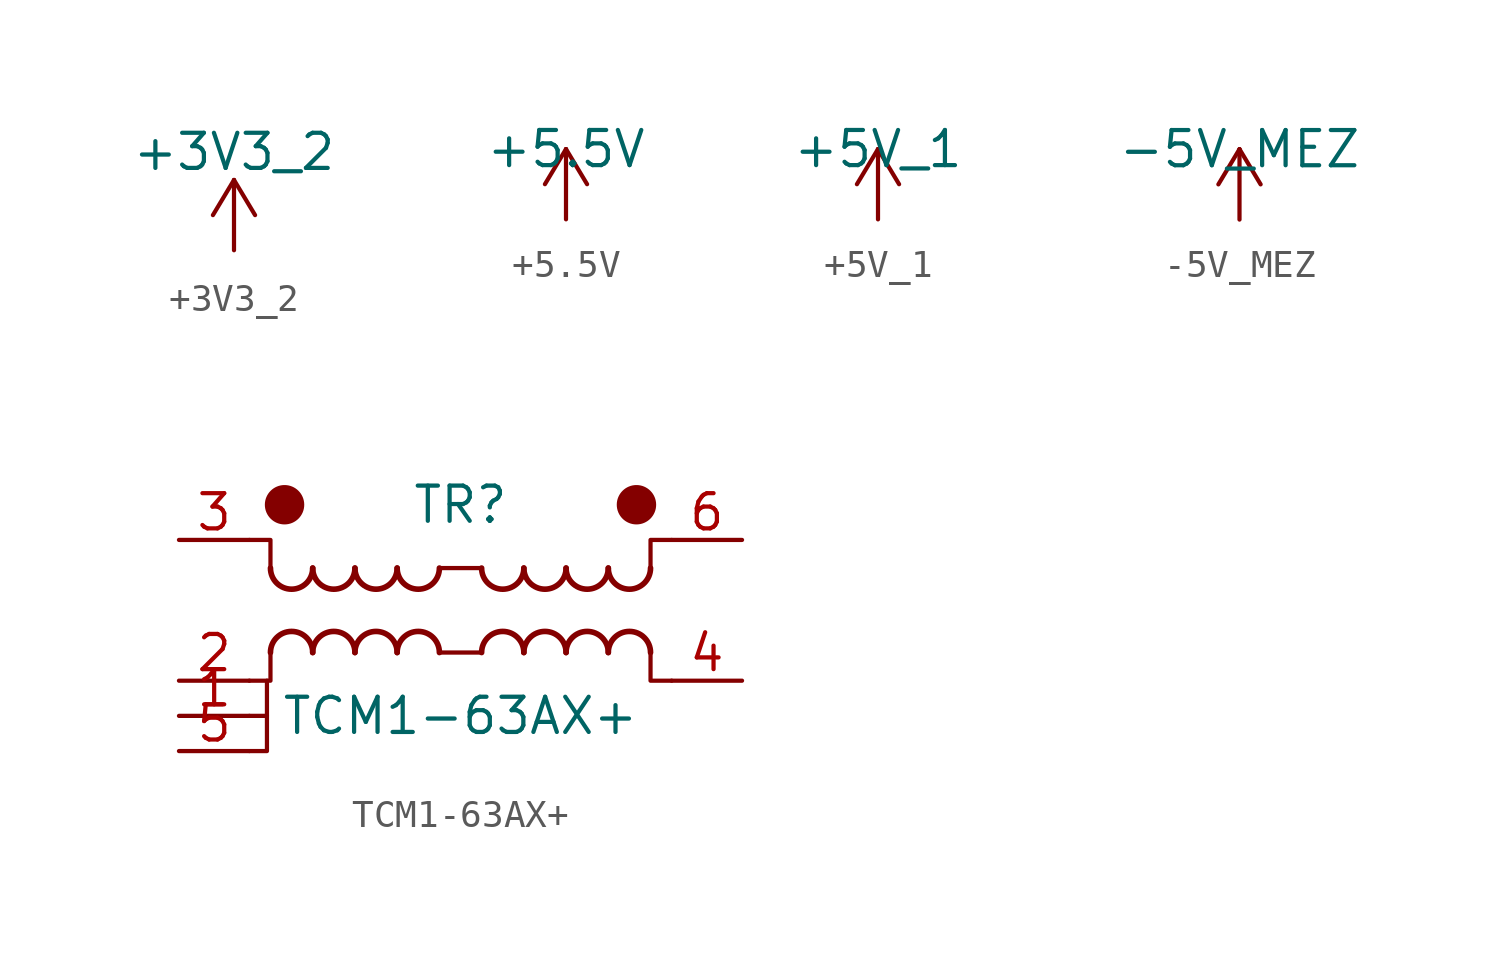
<source format=kicad_sym>
(kicad_symbol_lib
  (version 20211014)
  (generator kicad_symbol_editor)
  (symbol "+3V3_2"
    (power)
    (pin_names
      (offset 0))
    (property "Reference" "#PWR"
      (at 0 -3.81 0)
      (effects (font (size 1.27 1.27)) hide))
    (property "Value" "+3V3_2"
      (at 0 3.556 0)
      (effects (font (size 1.27 1.27))))
    (symbol "+3V3_2_0_1"
      (polyline (pts (xy -0.762 1.27) (xy 0 2.54)) (stroke (width 0) (type default) (color 0 0 0 0)) (fill (type none)))
      (polyline (pts (xy 0 0) (xy 0 2.54)) (stroke (width 0) (type default) (color 0 0 0 0)) (fill (type none)))
      (polyline (pts (xy 0 2.54) (xy 0.762 1.27)) (stroke (width 0) (type default) (color 0 0 0 0)) (fill (type none))))
    (symbol "+3V3_2_1_1"
      (pin power_in line (at 0 0 90) (length 0) hide (name "+3V3_2" (effects (font (size 1.27 1.27)))) (number "1" (effects (font (size 1.27 1.27)))))))
  (symbol "+5.5V"
    (power)
    (pin_names
      (offset 0))
    (property "Reference" "#PWR"
      (at 3.81 -1.27 0)
      (effects (font (size 1.27 1.27)) hide))
    (property "Value" "+5.5V"
      (at 0 2.54 0)
      (effects (font (size 1.27 1.27))))
    (symbol "+5.5V_0_0"
      (pin power_in line (at 0 0 90) (length 0) hide (name "+5.5V" (effects (font (size 1.27 1.27)))) (number "1" (effects (font (size 1.27 1.27))))))
    (symbol "+5.5V_0_1"
      (polyline (pts (xy -0.762 1.27) (xy 0 2.54)) (stroke (width 0) (type default) (color 0 0 0 0)) (fill (type none)))
      (polyline (pts (xy 0 0) (xy 0 2.54)) (stroke (width 0) (type default) (color 0 0 0 0)) (fill (type none)))
      (polyline (pts (xy 0 2.54) (xy 0.762 1.27)) (stroke (width 0) (type default) (color 0 0 0 0)) (fill (type none)))))
  (symbol "+5V_1"
    (power)
    (pin_names
      (offset 0))
    (property "Reference" "#PWR"
      (at 3.81 -1.27 0)
      (effects (font (size 1.27 1.27)) hide))
    (property "Value" "+5V_1"
      (at 0 2.54 0)
      (effects (font (size 1.27 1.27))))
    (symbol "+5V_1_0_0"
      (pin power_in line (at 0 0 90) (length 0) hide (name "+5V_1" (effects (font (size 1.27 1.27)))) (number "1" (effects (font (size 1.27 1.27))))))
    (symbol "+5V_1_0_1"
      (polyline (pts (xy -0.762 1.27) (xy 0 2.54)) (stroke (width 0) (type default) (color 0 0 0 0)) (fill (type none)))
      (polyline (pts (xy 0 0) (xy 0 2.54)) (stroke (width 0) (type default) (color 0 0 0 0)) (fill (type none)))
      (polyline (pts (xy 0 2.54) (xy 0.762 1.27)) (stroke (width 0) (type default) (color 0 0 0 0)) (fill (type none)))))
  (symbol "-5V_MEZ"
    (power)
    (pin_names
      (offset 0))
    (property "Reference" "#PWR"
      (at 3.81 -1.27 0)
      (effects (font (size 1.27 1.27)) hide))
    (property "Value" "-5V_MEZ"
      (at 0 2.54 0)
      (effects (font (size 1.27 1.27))))
    (symbol "-5V_MEZ_0_0"
      (pin power_in line (at 0 0 90) (length 0) hide (name "-5V_MEZ" (effects (font (size 1.27 1.27)))) (number "1" (effects (font (size 1.27 1.27))))))
    (symbol "-5V_MEZ_0_1"
      (polyline (pts (xy -0.762 1.27) (xy 0 2.54)) (stroke (width 0) (type default) (color 0 0 0 0)) (fill (type none)))
      (polyline (pts (xy 0 0) (xy 0 2.54)) (stroke (width 0) (type default) (color 0 0 0 0)) (fill (type none)))
      (polyline (pts (xy 0 2.54) (xy 0.762 1.27)) (stroke (width 0) (type default) (color 0 0 0 0)) (fill (type none)))))
  (symbol "TCM1-63AX+"
    (pin_names hide)
    (property "Reference" "TR"
      (at 0 3.81 0)
      (effects (font (size 1.27 1.27))))
    (property "Value" "TCM1-63AX+"
      (at 0 -3.81 0)
      (effects (font (size 1.27 1.27))))
    (symbol "TCM1-63AX+_0_1"
      (arc (start -6.858 1.524) (mid -6.096 0.762) (end -5.334 1.524) (stroke (width 0.2032) (type default) (color 0 0 0 0)) (fill (type none)))
      (circle (center -6.35 3.81) (radius 0.635) (stroke (width 0.152) (type default) (color 0 0 0 0)) (fill (type outline)))
      (arc (start -5.334 -1.524) (mid -6.096 -0.762) (end -6.858 -1.524) (stroke (width 0.2032) (type default) (color 0 0 0 0)) (fill (type none)))
      (arc (start -5.334 1.524) (mid -4.572 0.762) (end -3.81 1.524) (stroke (width 0.2032) (type default) (color 0 0 0 0)) (fill (type none)))
      (arc (start -3.81 -1.524) (mid -4.572 -0.762) (end -5.334 -1.524) (stroke (width 0.2032) (type default) (color 0 0 0 0)) (fill (type none)))
      (arc (start -3.81 1.524) (mid -3.048 0.762) (end -2.286 1.524) (stroke (width 0.2032) (type default) (color 0 0 0 0)) (fill (type none)))
      (arc (start -2.286 -1.524) (mid -3.048 -0.762) (end -3.81 -1.524) (stroke (width 0.2032) (type default) (color 0 0 0 0)) (fill (type none)))
      (arc (start -2.286 1.524) (mid -1.524 0.762) (end -0.762 1.524) (stroke (width 0.2032) (type default) (color 0 0 0 0)) (fill (type none)))
      (arc (start -0.762 -1.524) (mid -1.524 -0.762) (end -2.286 -1.524) (stroke (width 0.2032) (type default) (color 0 0 0 0)) (fill (type none)))
      (polyline (pts (xy -0.762 -1.524) (xy 0.762 -1.524)) (stroke (width 0) (type default) (color 0 0 0 0)) (fill (type none)))
      (polyline (pts (xy -0.762 1.524) (xy 0.762 1.524)) (stroke (width 0) (type default) (color 0 0 0 0)) (fill (type none)))
      (polyline (pts (xy -7.62 -3.81) (xy -6.985 -3.81) (xy -6.985 -2.54)) (stroke (width 0) (type default) (color 0 0 0 0)) (fill (type none)))
      (polyline (pts (xy -6.985 -3.81) (xy -6.985 -5.08) (xy -7.62 -5.08)) (stroke (width 0) (type default) (color 0 0 0 0)) (fill (type none)))
      (polyline (pts (xy -6.858 -1.524) (xy -6.858 -2.54) (xy -7.62 -2.54)) (stroke (width 0) (type default) (color 0 0 0 0)) (fill (type none)))
      (polyline (pts (xy -6.858 1.524) (xy -6.858 2.54) (xy -7.62 2.54)) (stroke (width 0) (type default) (color 0 0 0 0)) (fill (type none)))
      (polyline (pts (xy 6.858 -1.524) (xy 6.858 -2.54) (xy 7.62 -2.54)) (stroke (width 0) (type default) (color 0 0 0 0)) (fill (type none)))
      (polyline (pts (xy 6.858 1.524) (xy 6.858 2.54) (xy 7.62 2.54)) (stroke (width 0) (type default) (color 0 0 0 0)) (fill (type none)))
      (arc (start 0.762 1.524) (mid 1.524 0.762) (end 2.286 1.524) (stroke (width 0.2032) (type default) (color 0 0 0 0)) (fill (type none)))
      (arc (start 2.286 -1.524) (mid 1.524 -0.762) (end 0.762 -1.524) (stroke (width 0.2032) (type default) (color 0 0 0 0)) (fill (type none)))
      (arc (start 2.286 1.524) (mid 3.048 0.762) (end 3.81 1.524) (stroke (width 0.2032) (type default) (color 0 0 0 0)) (fill (type none)))
      (arc (start 3.81 -1.524) (mid 3.048 -0.762) (end 2.286 -1.524) (stroke (width 0.2032) (type default) (color 0 0 0 0)) (fill (type none)))
      (arc (start 3.81 1.524) (mid 4.572 0.762) (end 5.334 1.524) (stroke (width 0.2032) (type default) (color 0 0 0 0)) (fill (type none)))
      (arc (start 5.334 -1.524) (mid 4.572 -0.762) (end 3.81 -1.524) (stroke (width 0.2032) (type default) (color 0 0 0 0)) (fill (type none)))
      (arc (start 5.334 1.524) (mid 6.096 0.762) (end 6.858 1.524) (stroke (width 0.2032) (type default) (color 0 0 0 0)) (fill (type none)))
      (circle (center 6.35 3.81) (radius 0.635) (stroke (width 0.152) (type default) (color 0 0 0 0)) (fill (type outline)))
      (arc (start 6.858 -1.524) (mid 6.096 -0.762) (end 5.334 -1.524) (stroke (width 0.2032) (type default) (color 0 0 0 0)) (fill (type none))))
    (symbol "TCM1-63AX+_1_1"
      (pin passive line (at -10.16 -3.81 0) (length 2.54) (name "" (effects (font (size 1.27 1.27)))) (number "1" (effects (font (size 1.27 1.27)))))
      (pin passive line (at -10.16 -2.54 0) (length 2.54) (name "~" (effects (font (size 1.27 1.27)))) (number "2" (effects (font (size 1.27 1.27)))))
      (pin passive line (at -10.16 2.54 0) (length 2.54) (name "~" (effects (font (size 1.27 1.27)))) (number "3" (effects (font (size 1.27 1.27)))))
      (pin passive line (at 10.16 -2.54 180) (length 2.54) (name "~" (effects (font (size 1.27 1.27)))) (number "4" (effects (font (size 1.27 1.27)))))
      (pin passive line (at -10.16 -5.08 0) (length 2.54) (name "" (effects (font (size 1.27 1.27)))) (number "5" (effects (font (size 1.27 1.27)))))
      (pin passive line (at 10.16 2.54 180) (length 2.54) (name "~" (effects (font (size 1.27 1.27)))) (number "6" (effects (font (size 1.27 1.27))))))))
</source>
